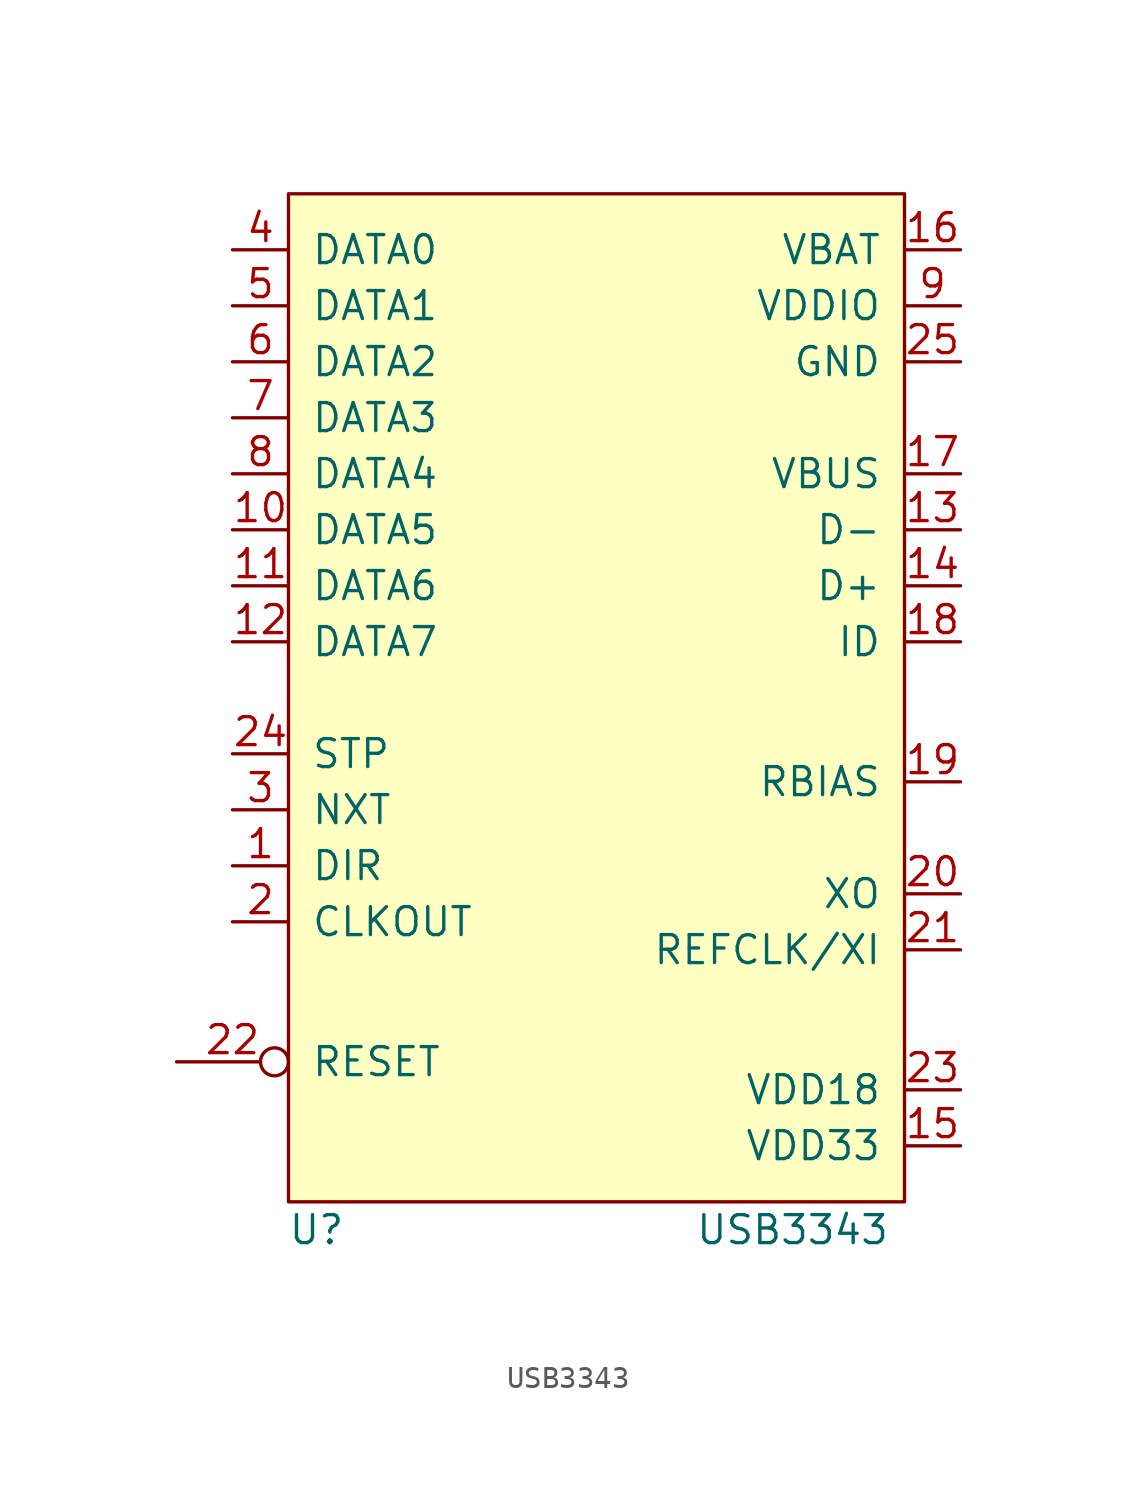
<source format=kicad_sym>
(kicad_symbol_lib
  (version 20211014)
  (generator kicad_symbol_editor)
  (symbol "USB3343"
    (pin_names
      (offset 1.016))
    (property "Reference" "U"
      (at 3.81 -46.99 0)
      (effects (font (size 1.27 1.27))))
    (property "Value" "USB3343"
      (at 25.4 -46.99 0)
      (effects (font (size 1.27 1.27))))
    (symbol "USB3343_0_1"
      (rectangle (start 2.54 0) (end 30.48 -45.72) (stroke (width 0) (type default) (color 0 0 0 0)) (fill (type background))))
    (symbol "USB3343_1_1"
      (pin output line (at 0 -30.48 0) (length 2.54) (name "DIR" (effects (font (size 1.27 1.27)))) (number "1" (effects (font (size 1.27 1.27)))))
      (pin bidirectional line (at 0 -15.24 0) (length 2.54) (name "DATA5" (effects (font (size 1.27 1.27)))) (number "10" (effects (font (size 1.27 1.27)))))
      (pin bidirectional line (at 0 -17.78 0) (length 2.54) (name "DATA6" (effects (font (size 1.27 1.27)))) (number "11" (effects (font (size 1.27 1.27)))))
      (pin bidirectional line (at 0 -20.32 0) (length 2.54) (name "DATA7" (effects (font (size 1.27 1.27)))) (number "12" (effects (font (size 1.27 1.27)))))
      (pin bidirectional line (at 33.02 -15.24 180) (length 2.54) (name "D-" (effects (font (size 1.27 1.27)))) (number "13" (effects (font (size 1.27 1.27)))))
      (pin bidirectional line (at 33.02 -17.78 180) (length 2.54) (name "D+" (effects (font (size 1.27 1.27)))) (number "14" (effects (font (size 1.27 1.27)))))
      (pin power_out line (at 33.02 -43.18 180) (length 2.54) (name "VDD33" (effects (font (size 1.27 1.27)))) (number "15" (effects (font (size 1.27 1.27)))))
      (pin power_in line (at 33.02 -2.54 180) (length 2.54) (name "VBAT" (effects (font (size 1.27 1.27)))) (number "16" (effects (font (size 1.27 1.27)))))
      (pin bidirectional line (at 33.02 -12.7 180) (length 2.54) (name "VBUS" (effects (font (size 1.27 1.27)))) (number "17" (effects (font (size 1.27 1.27)))))
      (pin input line (at 33.02 -20.32 180) (length 2.54) (name "ID" (effects (font (size 1.27 1.27)))) (number "18" (effects (font (size 1.27 1.27)))))
      (pin input line (at 33.02 -26.67 180) (length 2.54) (name "RBIAS" (effects (font (size 1.27 1.27)))) (number "19" (effects (font (size 1.27 1.27)))))
      (pin passive line (at 0 -33.02 0) (length 2.54) (name "CLKOUT" (effects (font (size 1.27 1.27)))) (number "2" (effects (font (size 1.27 1.27)))))
      (pin output line (at 33.02 -31.75 180) (length 2.54) (name "XO" (effects (font (size 1.27 1.27)))) (number "20" (effects (font (size 1.27 1.27)))))
      (pin input line (at 33.02 -34.29 180) (length 2.54) (name "REFCLK/XI" (effects (font (size 1.27 1.27)))) (number "21" (effects (font (size 1.27 1.27)))))
      (pin input inverted (at -2.54 -39.37 0) (length 5.08) (name "RESET" (effects (font (size 1.27 1.27)))) (number "22" (effects (font (size 1.27 1.27)))))
      (pin power_out line (at 33.02 -40.64 180) (length 2.54) (name "VDD18" (effects (font (size 1.27 1.27)))) (number "23" (effects (font (size 1.27 1.27)))))
      (pin input line (at 0 -25.4 0) (length 2.54) (name "STP" (effects (font (size 1.27 1.27)))) (number "24" (effects (font (size 1.27 1.27)))))
      (pin power_in line (at 33.02 -7.62 180) (length 2.54) (name "GND" (effects (font (size 1.27 1.27)))) (number "25" (effects (font (size 1.27 1.27)))))
      (pin output line (at 0 -27.94 0) (length 2.54) (name "NXT" (effects (font (size 1.27 1.27)))) (number "3" (effects (font (size 1.27 1.27)))))
      (pin bidirectional line (at 0 -2.54 0) (length 2.54) (name "DATA0" (effects (font (size 1.27 1.27)))) (number "4" (effects (font (size 1.27 1.27)))))
      (pin bidirectional line (at 0 -5.08 0) (length 2.54) (name "DATA1" (effects (font (size 1.27 1.27)))) (number "5" (effects (font (size 1.27 1.27)))))
      (pin bidirectional line (at 0 -7.62 0) (length 2.54) (name "DATA2" (effects (font (size 1.27 1.27)))) (number "6" (effects (font (size 1.27 1.27)))))
      (pin bidirectional line (at 0 -10.16 0) (length 2.54) (name "DATA3" (effects (font (size 1.27 1.27)))) (number "7" (effects (font (size 1.27 1.27)))))
      (pin bidirectional line (at 0 -12.7 0) (length 2.54) (name "DATA4" (effects (font (size 1.27 1.27)))) (number "8" (effects (font (size 1.27 1.27)))))
      (pin power_in line (at 33.02 -5.08 180) (length 2.54) (name "VDDIO" (effects (font (size 1.27 1.27)))) (number "9" (effects (font (size 1.27 1.27))))))))
</source>
